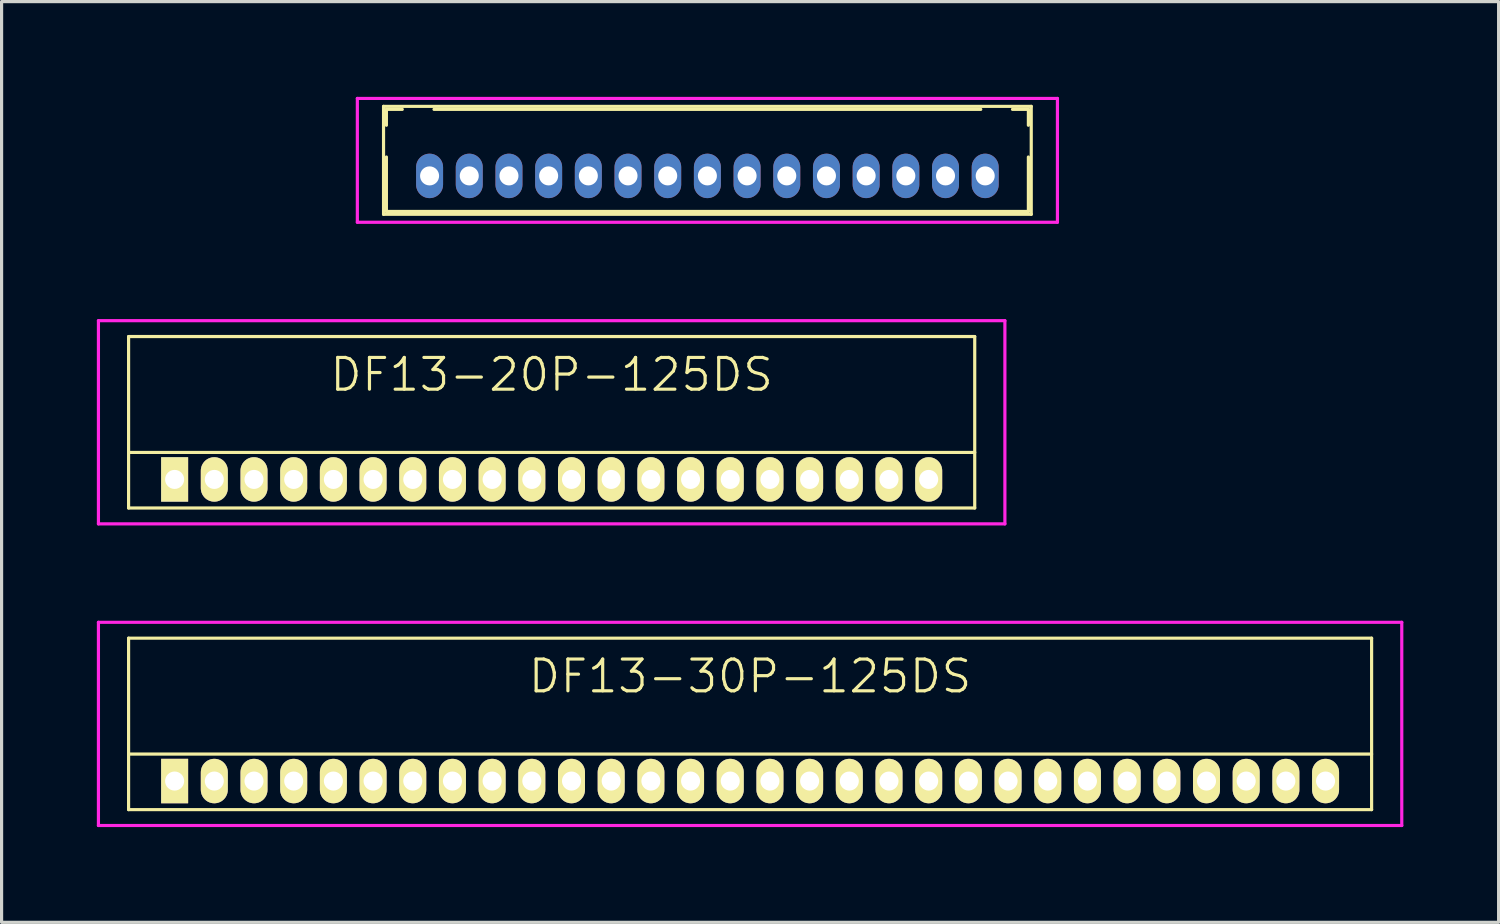
<source format=kicad_pcb>
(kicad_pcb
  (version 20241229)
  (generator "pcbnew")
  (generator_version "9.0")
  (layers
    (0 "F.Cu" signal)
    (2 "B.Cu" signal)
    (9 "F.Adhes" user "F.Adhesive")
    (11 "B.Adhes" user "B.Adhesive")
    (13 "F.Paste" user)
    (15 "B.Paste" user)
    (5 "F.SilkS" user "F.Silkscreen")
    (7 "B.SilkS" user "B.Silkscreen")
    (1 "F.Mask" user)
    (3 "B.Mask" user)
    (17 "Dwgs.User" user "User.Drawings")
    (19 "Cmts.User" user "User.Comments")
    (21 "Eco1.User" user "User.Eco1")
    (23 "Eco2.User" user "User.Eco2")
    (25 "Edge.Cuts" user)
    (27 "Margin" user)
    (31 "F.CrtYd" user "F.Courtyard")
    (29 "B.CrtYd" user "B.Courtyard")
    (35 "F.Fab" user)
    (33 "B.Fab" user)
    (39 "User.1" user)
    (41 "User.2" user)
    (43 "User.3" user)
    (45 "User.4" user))
  (footprint "DF13-20P-125DS"
    (layer "F.Cu")
    (at 14.325 12.05)
    (property "Reference" "DF13-20P-125DS" (at 0 -3.3 0) (layer "F.SilkS") (effects (font (size 1 1) (thickness 0.1))))
    (attr through_hole)
    (fp_line (start -13.325 -4.5) (end -13.325 0.9) (stroke (width 0.1) (type solid)) (layer "F.SilkS"))
    (fp_line (start -13.325 -4.5) (end 13.325 -4.5) (stroke (width 0.1) (type solid)) (layer "F.SilkS"))
    (fp_line (start -13.325 -0.85) (end 13.325 -0.85) (stroke (width 0.1) (type solid)) (layer "F.SilkS"))
    (fp_line (start -13.325 0.9) (end 13.325 0.9) (stroke (width 0.1) (type solid)) (layer "F.SilkS"))
    (fp_line (start 13.325 -4.5) (end 13.325 0.9) (stroke (width 0.1) (type solid)) (layer "F.SilkS"))
    (fp_line (start -14.275 -5) (end -14.275 1.4) (stroke (width 0.1) (type solid)) (layer "F.CrtYd"))
    (fp_line (start -14.275 1.4) (end 14.275 1.4) (stroke (width 0.1) (type solid)) (layer "F.CrtYd"))
    (fp_line (start 14.275 -5) (end -14.275 -5) (stroke (width 0.1) (type solid)) (layer "F.CrtYd"))
    (fp_line (start 14.275 1.4) (end 14.275 -5) (stroke (width 0.1) (type solid)) (layer "F.CrtYd"))
    (pad "1" thru_hole rect (at -11.875 0) (size 0.85 1.4) (drill 0.6) (layers "*.Cu" "*.Mask" "F.SilkS"))
    (pad "2" thru_hole oval (at -10.625 0) (size 0.85 1.4) (drill 0.6) (layers "*.Cu" "*.Mask" "F.SilkS"))
    (pad "3" thru_hole oval (at -9.375 0) (size 0.85 1.4) (drill 0.6) (layers "*.Cu" "*.Mask" "F.SilkS"))
    (pad "4" thru_hole oval (at -8.125 0) (size 0.85 1.4) (drill 0.6) (layers "*.Cu" "*.Mask" "F.SilkS"))
    (pad "5" thru_hole oval (at -6.875 0) (size 0.85 1.4) (drill 0.6) (layers "*.Cu" "*.Mask" "F.SilkS"))
    (pad "6" thru_hole oval (at -5.625 0) (size 0.85 1.4) (drill 0.6) (layers "*.Cu" "*.Mask" "F.SilkS"))
    (pad "7" thru_hole oval (at -4.375 0) (size 0.85 1.4) (drill 0.6) (layers "*.Cu" "*.Mask" "F.SilkS"))
    (pad "8" thru_hole oval (at -3.125 0) (size 0.85 1.4) (drill 0.6) (layers "*.Cu" "*.Mask" "F.SilkS"))
    (pad "9" thru_hole oval (at -1.875 0) (size 0.85 1.4) (drill 0.6) (layers "*.Cu" "*.Mask" "F.SilkS"))
    (pad "10" thru_hole oval (at -0.625 0) (size 0.85 1.4) (drill 0.6) (layers "*.Cu" "*.Mask" "F.SilkS"))
    (pad "11" thru_hole oval (at 0.625 0) (size 0.85 1.4) (drill 0.6) (layers "*.Cu" "*.Mask" "F.SilkS"))
    (pad "12" thru_hole oval (at 1.875 0) (size 0.85 1.4) (drill 0.6) (layers "*.Cu" "*.Mask" "F.SilkS"))
    (pad "13" thru_hole oval (at 3.125 0) (size 0.85 1.4) (drill 0.6) (layers "*.Cu" "*.Mask" "F.SilkS"))
    (pad "14" thru_hole oval (at 4.375 0) (size 0.85 1.4) (drill 0.6) (layers "*.Cu" "*.Mask" "F.SilkS"))
    (pad "15" thru_hole oval (at 5.625 0) (size 0.85 1.4) (drill 0.6) (layers "*.Cu" "*.Mask" "F.SilkS"))
    (pad "16" thru_hole oval (at 6.875 0) (size 0.85 1.4) (drill 0.6) (layers "*.Cu" "*.Mask" "F.SilkS"))
    (pad "17" thru_hole oval (at 8.125 0) (size 0.85 1.4) (drill 0.6) (layers "*.Cu" "*.Mask" "F.SilkS"))
    (pad "18" thru_hole oval (at 9.375 0) (size 0.85 1.4) (drill 0.6) (layers "*.Cu" "*.Mask" "F.SilkS"))
    (pad "19" thru_hole oval (at 10.625 0) (size 0.85 1.4) (drill 0.6) (layers "*.Cu" "*.Mask" "F.SilkS"))
    (pad "20" thru_hole oval (at 11.875 0) (size 0.85 1.4) (drill 0.6) (layers "*.Cu" "*.Mask" "F.SilkS")))
  (footprint "DF13-30P-125DS"
    (layer "F.Cu")
    (at 20.575 21.55)
    (property "Reference" "DF13-30P-125DS" (at 0 -3.3 0) (layer "F.SilkS") (effects (font (size 1 1) (thickness 0.1))))
    (attr through_hole)
    (fp_line (start -19.575 -4.5) (end -19.575 0.9) (stroke (width 0.1) (type solid)) (layer "F.SilkS"))
    (fp_line (start -19.575 -4.5) (end 19.575 -4.5) (stroke (width 0.1) (type solid)) (layer "F.SilkS"))
    (fp_line (start -19.575 -0.85) (end 19.575 -0.85) (stroke (width 0.1) (type solid)) (layer "F.SilkS"))
    (fp_line (start -19.575 0.9) (end 19.575 0.9) (stroke (width 0.1) (type solid)) (layer "F.SilkS"))
    (fp_line (start 19.575 -4.5) (end 19.575 0.9) (stroke (width 0.1) (type solid)) (layer "F.SilkS"))
    (fp_line (start -20.525 -5) (end -20.525 1.4) (stroke (width 0.1) (type solid)) (layer "F.CrtYd"))
    (fp_line (start -20.525 1.4) (end 20.525 1.4) (stroke (width 0.1) (type solid)) (layer "F.CrtYd"))
    (fp_line (start 20.525 -5) (end -20.525 -5) (stroke (width 0.1) (type solid)) (layer "F.CrtYd"))
    (fp_line (start 20.525 1.4) (end 20.525 -5) (stroke (width 0.1) (type solid)) (layer "F.CrtYd"))
    (pad "1" thru_hole rect (at -18.125 0) (size 0.85 1.4) (drill 0.6) (layers "*.Cu" "*.Mask" "F.SilkS"))
    (pad "2" thru_hole oval (at -16.875 0) (size 0.85 1.4) (drill 0.6) (layers "*.Cu" "*.Mask" "F.SilkS"))
    (pad "3" thru_hole oval (at -15.625 0) (size 0.85 1.4) (drill 0.6) (layers "*.Cu" "*.Mask" "F.SilkS"))
    (pad "4" thru_hole oval (at -14.375 0) (size 0.85 1.4) (drill 0.6) (layers "*.Cu" "*.Mask" "F.SilkS"))
    (pad "5" thru_hole oval (at -13.125 0) (size 0.85 1.4) (drill 0.6) (layers "*.Cu" "*.Mask" "F.SilkS"))
    (pad "6" thru_hole oval (at -11.875 0) (size 0.85 1.4) (drill 0.6) (layers "*.Cu" "*.Mask" "F.SilkS"))
    (pad "7" thru_hole oval (at -10.625 0) (size 0.85 1.4) (drill 0.6) (layers "*.Cu" "*.Mask" "F.SilkS"))
    (pad "8" thru_hole oval (at -9.375 0) (size 0.85 1.4) (drill 0.6) (layers "*.Cu" "*.Mask" "F.SilkS"))
    (pad "9" thru_hole oval (at -8.125 0) (size 0.85 1.4) (drill 0.6) (layers "*.Cu" "*.Mask" "F.SilkS"))
    (pad "10" thru_hole oval (at -6.875 0) (size 0.85 1.4) (drill 0.6) (layers "*.Cu" "*.Mask" "F.SilkS"))
    (pad "11" thru_hole oval (at -5.625 0) (size 0.85 1.4) (drill 0.6) (layers "*.Cu" "*.Mask" "F.SilkS"))
    (pad "12" thru_hole oval (at -4.375 0) (size 0.85 1.4) (drill 0.6) (layers "*.Cu" "*.Mask" "F.SilkS"))
    (pad "13" thru_hole oval (at -3.125 0) (size 0.85 1.4) (drill 0.6) (layers "*.Cu" "*.Mask" "F.SilkS"))
    (pad "14" thru_hole oval (at -1.875 0) (size 0.85 1.4) (drill 0.6) (layers "*.Cu" "*.Mask" "F.SilkS"))
    (pad "15" thru_hole oval (at -0.625 0) (size 0.85 1.4) (drill 0.6) (layers "*.Cu" "*.Mask" "F.SilkS"))
    (pad "16" thru_hole oval (at 0.625 0) (size 0.85 1.4) (drill 0.6) (layers "*.Cu" "*.Mask" "F.SilkS"))
    (pad "17" thru_hole oval (at 1.875 0) (size 0.85 1.4) (drill 0.6) (layers "*.Cu" "*.Mask" "F.SilkS"))
    (pad "18" thru_hole oval (at 3.125 0) (size 0.85 1.4) (drill 0.6) (layers "*.Cu" "*.Mask" "F.SilkS"))
    (pad "19" thru_hole oval (at 4.375 0) (size 0.85 1.4) (drill 0.6) (layers "*.Cu" "*.Mask" "F.SilkS"))
    (pad "20" thru_hole oval (at 5.625 0) (size 0.85 1.4) (drill 0.6) (layers "*.Cu" "*.Mask" "F.SilkS"))
    (pad "21" thru_hole oval (at 6.875 0) (size 0.85 1.4) (drill 0.6) (layers "*.Cu" "*.Mask" "F.SilkS"))
    (pad "22" thru_hole oval (at 8.125 0) (size 0.85 1.4) (drill 0.6) (layers "*.Cu" "*.Mask" "F.SilkS"))
    (pad "23" thru_hole oval (at 9.375 0) (size 0.85 1.4) (drill 0.6) (layers "*.Cu" "*.Mask" "F.SilkS"))
    (pad "24" thru_hole oval (at 10.625 0) (size 0.85 1.4) (drill 0.6) (layers "*.Cu" "*.Mask" "F.SilkS"))
    (pad "25" thru_hole oval (at 11.875 0) (size 0.85 1.4) (drill 0.6) (layers "*.Cu" "*.Mask" "F.SilkS"))
    (pad "26" thru_hole oval (at 13.125 0) (size 0.85 1.4) (drill 0.6) (layers "*.Cu" "*.Mask" "F.SilkS"))
    (pad "27" thru_hole oval (at 14.375 0) (size 0.85 1.4) (drill 0.6) (layers "*.Cu" "*.Mask" "F.SilkS"))
    (pad "28" thru_hole oval (at 15.625 0) (size 0.85 1.4) (drill 0.6) (layers "*.Cu" "*.Mask" "F.SilkS"))
    (pad "29" thru_hole oval (at 16.875 0) (size 0.85 1.4) (drill 0.6) (layers "*.Cu" "*.Mask" "F.SilkS"))
    (pad "30" thru_hole oval (at 18.125 0) (size 0.85 1.4) (drill 0.6) (layers "*.Cu" "*.Mask" "F.SilkS")))
  (footprint "DF13-15P-125DSA"
    (layer "F.Cu")
    (at 19.23 2.49)
    (property "Reference" "DF13-15P-125DSA" (at -11.775 -0.49 0) (layer "User.1") (effects (font (size 1 1) (thickness 0.1))))
    (attr through_hole)
    (fp_line (start -10.2 -2.19) (end -10.2 1.21) (stroke (width 0.1) (type solid)) (layer "F.SilkS"))
    (fp_line (start -10.2 -2.19) (end 10.2 -2.19) (stroke (width 0.1) (type solid)) (layer "F.SilkS"))
    (fp_line (start -10.2 1.21) (end 10.2 1.21) (stroke (width 0.1) (type solid)) (layer "F.SilkS"))
    (fp_line (start -10.11 -2.095) (end -10.11 -1.595) (stroke (width 0.1) (type solid)) (layer "F.SilkS"))
    (fp_line (start -10.11 -2.095) (end -9.61 -2.095) (stroke (width 0.1) (type solid)) (layer "F.SilkS"))
    (fp_line (start -10.11 -0.595) (end -10.11 1.12) (stroke (width 0.1) (type solid)) (layer "F.SilkS"))
    (fp_line (start -10.11 1.12) (end 10.11 1.12) (stroke (width 0.1) (type solid)) (layer "F.SilkS"))
    (fp_line (start -8.61 -2.095) (end 8.61 -2.095) (stroke (width 0.1) (type solid)) (layer "F.SilkS"))
    (fp_line (start 9.61 -2.095) (end 10.11 -2.095) (stroke (width 0.1) (type solid)) (layer "F.SilkS"))
    (fp_line (start 10.11 -2.095) (end 10.11 -1.595) (stroke (width 0.1) (type solid)) (layer "F.SilkS"))
    (fp_line (start 10.11 -0.595) (end 10.11 1.12) (stroke (width 0.1) (type solid)) (layer "F.SilkS"))
    (fp_line (start 10.2 -2.19) (end 10.2 1.21) (stroke (width 0.1) (type solid)) (layer "F.SilkS"))
    (fp_line (start -11.025 -2.44) (end -11.025 1.46) (stroke (width 0.1) (type solid)) (layer "F.CrtYd"))
    (fp_line (start -11.025 1.46) (end 11.025 1.46) (stroke (width 0.1) (type solid)) (layer "F.CrtYd"))
    (fp_line (start 11.025 -2.44) (end -11.025 -2.44) (stroke (width 0.1) (type solid)) (layer "F.CrtYd"))
    (fp_line (start 11.025 1.46) (end 11.025 -2.44) (stroke (width 0.1) (type solid)) (layer "F.CrtYd"))
    (pad "1" thru_hole oval (at -8.75 0) (size 0.85 1.4) (drill 0.6) (layers "*.Cu" "*.Mask"))
    (pad "2" thru_hole oval (at -7.5 0) (size 0.85 1.4) (drill 0.6) (layers "*.Cu" "*.Mask"))
    (pad "3" thru_hole oval (at -6.25 0) (size 0.85 1.4) (drill 0.6) (layers "*.Cu" "*.Mask"))
    (pad "4" thru_hole oval (at -5 0) (size 0.85 1.4) (drill 0.6) (layers "*.Cu" "*.Mask"))
    (pad "5" thru_hole oval (at -3.75 0) (size 0.85 1.4) (drill 0.6) (layers "*.Cu" "*.Mask"))
    (pad "6" thru_hole oval (at -2.5 0) (size 0.85 1.4) (drill 0.6) (layers "*.Cu" "*.Mask"))
    (pad "7" thru_hole oval (at -1.25 0) (size 0.85 1.4) (drill 0.6) (layers "*.Cu" "*.Mask"))
    (pad "8" thru_hole oval (at 0 0) (size 0.85 1.4) (drill 0.6) (layers "*.Cu" "*.Mask"))
    (pad "9" thru_hole oval (at 1.25 0) (size 0.85 1.4) (drill 0.6) (layers "*.Cu" "*.Mask"))
    (pad "10" thru_hole oval (at 2.5 0) (size 0.85 1.4) (drill 0.6) (layers "*.Cu" "*.Mask"))
    (pad "11" thru_hole oval (at 3.75 0) (size 0.85 1.4) (drill 0.6) (layers "*.Cu" "*.Mask"))
    (pad "12" thru_hole oval (at 5 0) (size 0.85 1.4) (drill 0.6) (layers "*.Cu" "*.Mask"))
    (pad "13" thru_hole oval (at 6.25 0) (size 0.85 1.4) (drill 0.6) (layers "*.Cu" "*.Mask"))
    (pad "14" thru_hole oval (at 7.5 0) (size 0.85 1.4) (drill 0.6) (layers "*.Cu" "*.Mask"))
    (pad "15" thru_hole oval (at 8.75 0) (size 0.85 1.4) (drill 0.6) (layers "*.Cu" "*.Mask")))
  (gr_rect
    (start -3 -3)
    (end 44.15 26)
    (stroke (width 0.1) (type default))
    (fill no)
    (layer "Edge.Cuts")))
</source>
